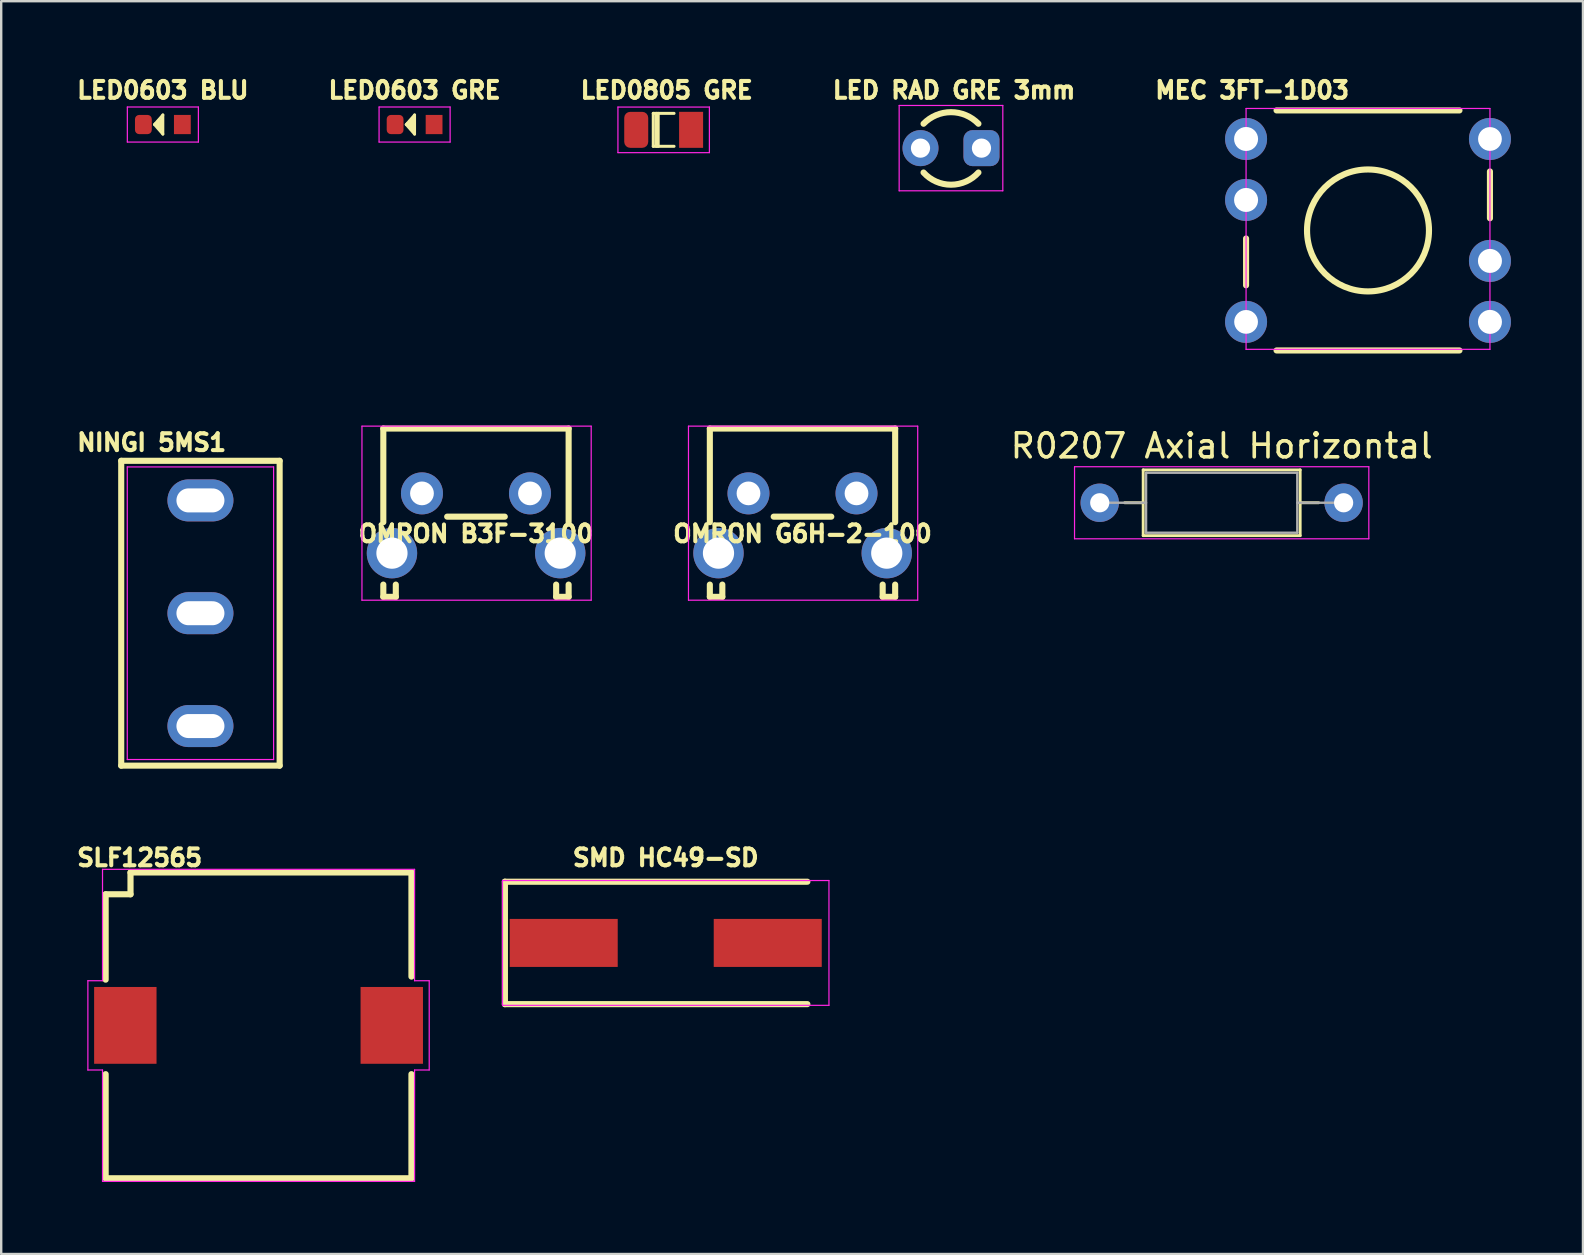
<source format=kicad_pcb>
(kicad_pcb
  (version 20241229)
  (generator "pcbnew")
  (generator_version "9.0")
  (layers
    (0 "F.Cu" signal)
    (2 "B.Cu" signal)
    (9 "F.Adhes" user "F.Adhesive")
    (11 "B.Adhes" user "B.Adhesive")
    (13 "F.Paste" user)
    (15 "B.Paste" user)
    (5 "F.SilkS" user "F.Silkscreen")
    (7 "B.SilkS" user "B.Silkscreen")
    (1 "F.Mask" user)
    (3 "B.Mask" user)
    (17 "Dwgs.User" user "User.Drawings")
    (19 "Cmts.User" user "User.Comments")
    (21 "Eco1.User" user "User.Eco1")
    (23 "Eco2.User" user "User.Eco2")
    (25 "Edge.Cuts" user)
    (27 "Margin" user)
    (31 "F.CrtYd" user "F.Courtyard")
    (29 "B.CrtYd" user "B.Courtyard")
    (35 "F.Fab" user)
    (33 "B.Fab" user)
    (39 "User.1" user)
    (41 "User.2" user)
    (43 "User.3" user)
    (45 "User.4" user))
  (footprint "OMRON B3F-3100"
    (layer "F.Cu")
    (at 16.779 17.504)
    (property "Reference" "OMRON B3F-3100" (at 0 1.68 0) (layer "F.SilkS") (effects (font (size 0.7 0.7) (thickness 0.17))))
    (attr through_hole)
    (fp_line (start -3.86 -2.7) (end -3.86 1.2) (stroke (width 0.254) (type solid)) (layer "F.SilkS"))
    (fp_line (start -3.86 -2.7) (end 3.86 -2.7) (stroke (width 0.254) (type solid)) (layer "F.SilkS"))
    (fp_line (start -3.86 3.8) (end -3.86 4.31) (stroke (width 0.254) (type solid)) (layer "F.SilkS"))
    (fp_line (start -3.86 4.31) (end -3.34 4.31) (stroke (width 0.254) (type solid)) (layer "F.SilkS"))
    (fp_line (start -3.34 3.8) (end -3.34 4.31) (stroke (width 0.254) (type solid)) (layer "F.SilkS"))
    (fp_line (start -1.2 0.97) (end 1.2 0.97) (stroke (width 0.254) (type solid)) (layer "F.SilkS"))
    (fp_line (start 3.34 3.8) (end 3.34 4.31) (stroke (width 0.254) (type solid)) (layer "F.SilkS"))
    (fp_line (start 3.34 4.31) (end 3.86 4.31) (stroke (width 0.254) (type solid)) (layer "F.SilkS"))
    (fp_line (start 3.86 -2.7) (end 3.86 1.2) (stroke (width 0.254) (type solid)) (layer "F.SilkS"))
    (fp_line (start 3.86 3.8) (end 3.86 4.31) (stroke (width 0.254) (type solid)) (layer "F.SilkS"))
    (fp_line (start -0.3 0) (end 0.3 0) (stroke (width 0.254) (type solid)) (layer "Eco1.User"))
    (fp_line (start 0 -0.3) (end 0 0.3) (stroke (width 0.254) (type solid)) (layer "Eco1.User"))
    (fp_line (start -4.75 -2.8) (end 4.8 -2.8) (stroke (width 0.05) (type solid)) (layer "F.CrtYd"))
    (fp_line (start -4.75 4.45) (end -4.75 -2.8) (stroke (width 0.05) (type solid)) (layer "F.CrtYd"))
    (fp_line (start 4.8 -2.8) (end 4.8 4.45) (stroke (width 0.05) (type solid)) (layer "F.CrtYd"))
    (fp_line (start 4.8 4.45) (end -4.75 4.45) (stroke (width 0.05) (type solid)) (layer "F.CrtYd"))
    (pad "" thru_hole circle (at -3.5 2.49) (size 2.1 2.1) (drill 1.3) (layers "*.Cu" "*.Mask"))
    (pad "" thru_hole circle (at 3.51 2.49) (size 2.1 2.1) (drill 1.3) (layers "*.Cu" "*.Mask"))
    (pad "1" thru_hole circle (at -2.25 0) (size 1.75 1.75) (drill 0.99) (layers "*.Cu" "*.Mask"))
    (pad "2" thru_hole circle (at 2.25 0) (size 1.75 1.75) (drill 0.99) (layers "*.Cu" "*.Mask")))
  (footprint "SMD HC49-SD"
    (layer "F.Cu")
    (at 24.684 36.232)
    (property "Reference" "SMD HC49-SD" (at 0 -3.55 0) (layer "F.SilkS") (effects (font (size 0.7 0.7) (thickness 0.17))))
    (attr smd)
    (fp_line (start -6.7 -2.55) (end -6.7 2.55) (stroke (width 0.256) (type solid)) (layer "F.SilkS"))
    (fp_line (start -6.7 2.55) (end 5.9 2.55) (stroke (width 0.256) (type solid)) (layer "F.SilkS"))
    (fp_line (start 5.9 -2.55) (end -6.7 -2.55) (stroke (width 0.256) (type solid)) (layer "F.SilkS"))
    (fp_line (start 0 -0.3) (end 0 0.3) (stroke (width 0.128) (type solid)) (layer "Eco1.User"))
    (fp_line (start 0.3 0) (end -0.3 0) (stroke (width 0.128) (type solid)) (layer "Eco1.User"))
    (fp_line (start -6.8 -2.6) (end -6.8 2.6) (stroke (width 0.05) (type solid)) (layer "F.CrtYd"))
    (fp_line (start -6.8 2.6) (end 6.8 2.6) (stroke (width 0.05) (type solid)) (layer "F.CrtYd"))
    (fp_line (start 6.8 -2.6) (end -6.8 -2.6) (stroke (width 0.05) (type solid)) (layer "F.CrtYd"))
    (fp_line (start 6.8 2.6) (end 6.8 -2.6) (stroke (width 0.05) (type solid)) (layer "F.CrtYd"))
    (pad "1" smd rect (at -4.25 0) (size 4.5 2) (layers "F.Cu" "F.Mask" "F.Paste"))
    (pad "2" smd rect (at 4.25 0) (size 4.5 2) (layers "F.Cu" "F.Mask" "F.Paste")))
  (footprint "MEC 3FT-1D03"
    (layer "F.Cu")
    (at 53.941 6.55)
    (property "Reference" "MEC 3FT-1D03" (at -4.826 -5.842 0) (layer "F.SilkS") (effects (font (size 0.7 0.7) (thickness 0.17))))
    (attr through_hole)
    (fp_line (start -5.08 0.336) (end -5.08 2.286) (stroke (width 0.254) (type solid)) (layer "F.SilkS"))
    (fp_line (start -3.81 -5) (end 3.81 -5) (stroke (width 0.254) (type solid)) (layer "F.SilkS"))
    (fp_line (start -3.81 5) (end 3.81 5) (stroke (width 0.254) (type solid)) (layer "F.SilkS"))
    (fp_line (start 5.08 -2.458) (end 5.08 -0.508) (stroke (width 0.254) (type solid)) (layer "F.SilkS"))
    (fp_circle (center 0 0) (end 2.54 0) (stroke (width 0.256) (type solid)) (fill no) (layer "F.SilkS"))
    (fp_line (start -0.3 0) (end 0.3 0) (stroke (width 0.254) (type solid)) (layer "Eco1.User"))
    (fp_line (start 0 -0.3) (end 0 0.3) (stroke (width 0.254) (type solid)) (layer "Eco1.User"))
    (fp_line (start -5.08 -5.08) (end 5.08 -5.08) (stroke (width 0.05) (type solid)) (layer "F.CrtYd"))
    (fp_line (start -5.08 4.953) (end -5.08 -5.08) (stroke (width 0.05) (type solid)) (layer "F.CrtYd"))
    (fp_line (start 5.08 -5.08) (end 5.08 4.953) (stroke (width 0.05) (type solid)) (layer "F.CrtYd"))
    (fp_line (start 5.08 4.953) (end -5.08 4.953) (stroke (width 0.05) (type solid)) (layer "F.CrtYd"))
    (pad "1" thru_hole circle (at -5.08 -3.81) (size 1.75 1.75) (drill 1) (layers "*.Cu" "*.Mask"))
    (pad "1" thru_hole circle (at 5.08 -3.81) (size 1.75 1.75) (drill 0.99) (layers "*.Cu" "*.Mask"))
    (pad "2" thru_hole circle (at -5.08 -1.27) (size 1.75 1.75) (drill 1) (layers "*.Cu" "*.Mask"))
    (pad "3" thru_hole circle (at 5.08 1.27) (size 1.75 1.75) (drill 1) (layers "*.Cu" "*.Mask"))
    (pad "4" thru_hole circle (at -5.08 3.81) (size 1.75 1.75) (drill 0.99) (layers "*.Cu" "*.Mask"))
    (pad "4" thru_hole circle (at 5.08 3.81) (size 1.75 1.75) (drill 1) (layers "*.Cu" "*.Mask")))
  (footprint "LED0805 GRE"
    (layer "F.Cu")
    (at 24.598 2.359)
    (property "Reference" "LED0805 GRE" (at 0.127 -1.651 0) (layer "F.SilkS") (effects (font (size 0.7 0.7) (thickness 0.17))))
    (attr smd)
    (fp_line (start -0.432 -0.686) (end 0.432 -0.686) (stroke (width 0.127) (type solid)) (layer "F.SilkS"))
    (fp_line (start -0.432 0.686) (end -0.432 -0.686) (stroke (width 0.127) (type solid)) (layer "F.SilkS"))
    (fp_line (start -0.432 0.686) (end 0.432 0.686) (stroke (width 0.127) (type solid)) (layer "F.SilkS"))
    (fp_line (start -0.305 0.686) (end -0.305 -0.686) (stroke (width 0.127) (type solid)) (layer "F.SilkS"))
    (fp_line (start -0.229 0.686) (end -0.229 -0.686) (stroke (width 0.127) (type solid)) (layer "F.SilkS"))
    (fp_line (start 0 -0.3) (end 0 0.3) (stroke (width 0.128) (type solid)) (layer "Eco1.User"))
    (fp_line (start 0.3 0) (end -0.3 0) (stroke (width 0.128) (type solid)) (layer "Eco1.User"))
    (fp_line (start -1.905 -0.95) (end 1.905 -0.95) (stroke (width 0.05) (type solid)) (layer "F.CrtYd"))
    (fp_line (start -1.905 0.95) (end -1.905 -0.95) (stroke (width 0.05) (type solid)) (layer "F.CrtYd"))
    (fp_line (start 1.905 -0.95) (end 1.905 0.95) (stroke (width 0.05) (type solid)) (layer "F.CrtYd"))
    (fp_line (start 1.905 0.95) (end -1.905 0.95) (stroke (width 0.05) (type solid)) (layer "F.CrtYd"))
    (pad "1" smd roundrect (at -1.143 0) (size 1 1.5) (layers "F.Cu" "F.Mask" "F.Paste") (roundrect_rratio 0.25))
    (pad "2" smd rect (at 1.143 0) (size 1 1.5) (layers "F.Cu" "F.Mask" "F.Paste")))
  (footprint "LED RAD GRE 3mm"
    (layer "F.Cu")
    (at 36.568 3.121)
    (property "Reference" "LED RAD GRE 3mm" (at 0.127 -2.413 0) (layer "F.SilkS") (effects (font (size 0.7 0.7) (thickness 0.17))))
    (attr smd)
    (fp_arc (start -1.143 -1.016) (mid 0 -1.498178) (end 1.143 -1.016) (stroke (width 0.254) (type solid)) (layer "F.SilkS"))
    (fp_arc (start 1.143 1.016) (mid 0 1.524245) (end -1.143 1.016) (stroke (width 0.254) (type solid)) (layer "F.SilkS"))
    (fp_line (start 0 -0.3) (end 0 0.3) (stroke (width 0.128) (type solid)) (layer "Eco1.User"))
    (fp_line (start 0.3 0) (end -0.3 0) (stroke (width 0.128) (type solid)) (layer "Eco1.User"))
    (fp_line (start -2.159 1.778) (end -2.159 -1.778) (stroke (width 0.05) (type solid)) (layer "F.CrtYd"))
    (fp_line (start 2.159 -1.778) (end -2.159 -1.778) (stroke (width 0.05) (type solid)) (layer "F.CrtYd"))
    (fp_line (start 2.159 1.778) (end -2.159 1.778) (stroke (width 0.05) (type solid)) (layer "F.CrtYd"))
    (fp_line (start 2.159 1.778) (end 2.159 -1.778) (stroke (width 0.05) (type solid)) (layer "F.CrtYd"))
    (pad "1" thru_hole circle (at -1.27 0) (size 1.5 1.5) (drill 0.8) (layers "*.Cu" "*.Mask"))
    (pad "2" thru_hole roundrect (at 1.27 0) (size 1.5 1.5) (drill 0.8) (layers "*.Cu" "*.Mask") (roundrect_rratio 0.25)))
  (footprint "OMRON G6H-2-100"
    (layer "F.Cu")
    (at 30.382 17.504)
    (property "Reference" "OMRON G6H-2-100" (at 0 1.68 0) (layer "F.SilkS") (effects (font (size 0.7 0.7) (thickness 0.17))))
    (attr through_hole)
    (fp_line (start -3.86 -2.7) (end -3.86 1.2) (stroke (width 0.254) (type solid)) (layer "F.SilkS"))
    (fp_line (start -3.86 -2.7) (end 3.86 -2.7) (stroke (width 0.254) (type solid)) (layer "F.SilkS"))
    (fp_line (start -3.86 3.8) (end -3.86 4.31) (stroke (width 0.254) (type solid)) (layer "F.SilkS"))
    (fp_line (start -3.86 4.31) (end -3.34 4.31) (stroke (width 0.254) (type solid)) (layer "F.SilkS"))
    (fp_line (start -3.34 3.8) (end -3.34 4.31) (stroke (width 0.254) (type solid)) (layer "F.SilkS"))
    (fp_line (start -1.2 0.97) (end 1.2 0.97) (stroke (width 0.254) (type solid)) (layer "F.SilkS"))
    (fp_line (start 3.34 3.8) (end 3.34 4.31) (stroke (width 0.254) (type solid)) (layer "F.SilkS"))
    (fp_line (start 3.34 4.31) (end 3.86 4.31) (stroke (width 0.254) (type solid)) (layer "F.SilkS"))
    (fp_line (start 3.86 -2.7) (end 3.86 1.2) (stroke (width 0.254) (type solid)) (layer "F.SilkS"))
    (fp_line (start 3.86 3.8) (end 3.86 4.31) (stroke (width 0.254) (type solid)) (layer "F.SilkS"))
    (fp_line (start -0.3 0) (end 0.3 0) (stroke (width 0.254) (type solid)) (layer "Eco1.User"))
    (fp_line (start 0 -0.3) (end 0 0.3) (stroke (width 0.254) (type solid)) (layer "Eco1.User"))
    (fp_line (start -4.75 -2.8) (end 4.8 -2.8) (stroke (width 0.05) (type solid)) (layer "F.CrtYd"))
    (fp_line (start -4.75 4.45) (end -4.75 -2.8) (stroke (width 0.05) (type solid)) (layer "F.CrtYd"))
    (fp_line (start 4.8 -2.8) (end 4.8 4.45) (stroke (width 0.05) (type solid)) (layer "F.CrtYd"))
    (fp_line (start 4.8 4.45) (end -4.75 4.45) (stroke (width 0.05) (type solid)) (layer "F.CrtYd"))
    (pad "" thru_hole circle (at -3.5 2.49) (size 2.1 2.1) (drill 1.3) (layers "*.Cu" "*.Mask"))
    (pad "" thru_hole circle (at 3.51 2.49) (size 2.1 2.1) (drill 1.3) (layers "*.Cu" "*.Mask"))
    (pad "1" thru_hole circle (at -2.25 0) (size 1.75 1.75) (drill 0.99) (layers "*.Cu" "*.Mask"))
    (pad "2" thru_hole circle (at 2.25 0) (size 1.75 1.75) (drill 0.99) (layers "*.Cu" "*.Mask")))
  (footprint "NINGI 5MS1"
    (layer "F.Cu")
    (at 5.3 22.497)
    (property "Reference" "NINGI 5MS1" (at -2.032 -7.112 0) (layer "F.SilkS") (effects (font (size 0.7 0.7) (thickness 0.17))))
    (attr through_hole)
    (fp_line (start -3.3 -6.35) (end -3.3 6.35) (stroke (width 0.254) (type solid)) (layer "F.SilkS"))
    (fp_line (start -3.3 -6.35) (end 3.3 -6.35) (stroke (width 0.254) (type solid)) (layer "F.SilkS"))
    (fp_line (start -3.3 6.35) (end 3.3 6.35) (stroke (width 0.254) (type solid)) (layer "F.SilkS"))
    (fp_line (start 3.3 -6.35) (end 3.3 6.35) (stroke (width 0.254) (type solid)) (layer "F.SilkS"))
    (fp_line (start -1.778 0) (end 1.778 0) (stroke (width 0.254) (type solid)) (layer "Eco1.User"))
    (fp_line (start 0 -1.27) (end 0 1.27) (stroke (width 0.254) (type solid)) (layer "Eco1.User"))
    (fp_line (start -3.048 -6.096) (end 3.048 -6.096) (stroke (width 0.05) (type solid)) (layer "F.CrtYd"))
    (fp_line (start -3.048 6.096) (end -3.048 -6.096) (stroke (width 0.05) (type solid)) (layer "F.CrtYd"))
    (fp_line (start 3.048 -6.096) (end 3.048 6.096) (stroke (width 0.05) (type solid)) (layer "F.CrtYd"))
    (fp_line (start 3.048 6.096) (end -3.048 6.096) (stroke (width 0.05) (type solid)) (layer "F.CrtYd"))
    (pad "1" thru_hole oval (at 0 -4.7) (size 2.75 1.75) (drill oval 2 1) (layers "*.Cu" "*.Mask"))
    (pad "2" thru_hole oval (at 0 0) (size 2.75 1.75) (drill oval 2 1) (layers "*.Cu" "*.Mask"))
    (pad "3" thru_hole oval (at 0 4.7) (size 2.75 1.75) (drill oval 2 1) (layers "*.Cu" "*.Mask")))
  (footprint "SLF12565"
    (layer "F.Cu")
    (at 7.721 39.667)
    (property "Reference" "SLF12565" (at -4.953 -6.985 0) (layer "F.SilkS") (effects (font (size 0.7 0.7) (thickness 0.17))))
    (attr smd)
    (fp_line (start -6.37 -5.461) (end -6.37 -1.905) (stroke (width 0.256) (type solid)) (layer "F.SilkS"))
    (fp_line (start -6.37 -5.461) (end -5.334 -5.461) (stroke (width 0.256) (type solid)) (layer "F.SilkS"))
    (fp_line (start -6.37 2.032) (end -6.37 6.37) (stroke (width 0.256) (type solid)) (layer "F.SilkS"))
    (fp_line (start -6.37 6.37) (end 6.37 6.37) (stroke (width 0.256) (type solid)) (layer "F.SilkS"))
    (fp_line (start -5.334 -6.37) (end -5.334 -5.461) (stroke (width 0.256) (type solid)) (layer "F.SilkS"))
    (fp_line (start -5.334 -6.37) (end 6.37 -6.37) (stroke (width 0.256) (type solid)) (layer "F.SilkS"))
    (fp_line (start -5.334 -5.715) (end -5.334 -5.588) (stroke (width 0.12) (type solid)) (layer "F.SilkS"))
    (fp_line (start 6.37 -6.37) (end 6.37 -2.032) (stroke (width 0.256) (type solid)) (layer "F.SilkS"))
    (fp_line (start 6.37 2.032) (end 6.37 6.37) (stroke (width 0.256) (type solid)) (layer "F.SilkS"))
    (fp_line (start 0 -0.3) (end 0 0.3) (stroke (width 0.128) (type solid)) (layer "Eco1.User"))
    (fp_line (start 0.3 0) (end -0.3 0) (stroke (width 0.128) (type solid)) (layer "Eco1.User"))
    (fp_line (start -7.11 -1.86) (end -7.11 1.86) (stroke (width 0.05) (type solid)) (layer "F.CrtYd"))
    (fp_line (start -7.11 1.86) (end -6.5 1.86) (stroke (width 0.05) (type solid)) (layer "F.CrtYd"))
    (fp_line (start -6.5 -6.5) (end -6.5 -1.86) (stroke (width 0.05) (type solid)) (layer "F.CrtYd"))
    (fp_line (start -6.5 -6.5) (end 6.5 -6.5) (stroke (width 0.05) (type solid)) (layer "F.CrtYd"))
    (fp_line (start -6.5 -1.86) (end -7.11 -1.86) (stroke (width 0.05) (type solid)) (layer "F.CrtYd"))
    (fp_line (start -6.5 1.86) (end -6.5 6.5) (stroke (width 0.05) (type solid)) (layer "F.CrtYd"))
    (fp_line (start -6.5 6.5) (end 6.5 6.5) (stroke (width 0.05) (type solid)) (layer "F.CrtYd"))
    (fp_line (start 6.5 -6.5) (end 6.5 -1.86) (stroke (width 0.05) (type solid)) (layer "F.CrtYd"))
    (fp_line (start 6.5 -1.86) (end 7.11 -1.86) (stroke (width 0.05) (type solid)) (layer "F.CrtYd"))
    (fp_line (start 6.5 1.86) (end 6.5 6.5) (stroke (width 0.05) (type solid)) (layer "F.CrtYd"))
    (fp_line (start 7.11 -1.86) (end 7.11 1.86) (stroke (width 0.05) (type solid)) (layer "F.CrtYd"))
    (fp_line (start 7.11 1.86) (end 6.5 1.86) (stroke (width 0.05) (type solid)) (layer "F.CrtYd"))
    (pad "1" smd rect (at -5.55 0) (size 2.6 3.2) (layers "F.Cu" "F.Mask" "F.Paste"))
    (pad "2" smd rect (at 5.55 0) (size 2.6 3.2) (layers "F.Cu" "F.Mask" "F.Paste")))
  (footprint "LED0603 BLU"
    (layer "F.Cu")
    (at 3.735 2.138)
    (property "Reference" "LED0603 BLU" (at 0 -1.43 0) (layer "F.SilkS") (effects (font (size 0.7 0.7) (thickness 0.17))))
    (attr smd)
    (fp_line (start -0.35 0) (end 0 -0.4) (stroke (width 0.12) (type solid)) (layer "F.SilkS"))
    (fp_line (start -0.3 -0.05) (end -0.25 0.05) (stroke (width 0.12) (type solid)) (layer "F.SilkS"))
    (fp_line (start -0.2 -0.15) (end -0.2 0.1) (stroke (width 0.12) (type solid)) (layer "F.SilkS"))
    (fp_line (start -0.1 -0.15) (end -0.1 0.2) (stroke (width 0.12) (type solid)) (layer "F.SilkS"))
    (fp_line (start -0.05 -0.25) (end -0.05 0.2) (stroke (width 0.12) (type solid)) (layer "F.SilkS"))
    (fp_line (start 0 -0.4) (end 0 0.4) (stroke (width 0.12) (type solid)) (layer "F.SilkS"))
    (fp_line (start 0 0.4) (end -0.35 0) (stroke (width 0.12) (type solid)) (layer "F.SilkS"))
    (fp_line (start 0 -0.3) (end 0 0.3) (stroke (width 0.128) (type solid)) (layer "Eco1.User"))
    (fp_line (start 0.3 0) (end -0.3 0) (stroke (width 0.128) (type solid)) (layer "Eco1.User"))
    (fp_line (start -1.48 -0.73) (end 1.48 -0.73) (stroke (width 0.05) (type solid)) (layer "F.CrtYd"))
    (fp_line (start -1.48 0.73) (end -1.48 -0.73) (stroke (width 0.05) (type solid)) (layer "F.CrtYd"))
    (fp_line (start 1.48 -0.73) (end 1.48 0.73) (stroke (width 0.05) (type solid)) (layer "F.CrtYd"))
    (fp_line (start 1.48 0.73) (end -1.48 0.73) (stroke (width 0.05) (type solid)) (layer "F.CrtYd"))
    (pad "1" smd roundrect (at -0.812 0) (size 0.7 0.8) (layers "F.Cu" "F.Mask" "F.Paste") (roundrect_rratio 0.25))
    (pad "2" smd rect (at 0.812 0) (size 0.7 0.8) (layers "F.Cu" "F.Mask" "F.Paste")))
  (footprint "R0207 Axial Horizontal"
    (layer "F.Cu")
    (at 42.765 17.895)
    (property "Reference" "R0207 Axial Horizontal" (at 5.08 -2.37 0) (layer "F.SilkS") (effects (font (size 1 1) (thickness 0.15))))
    (attr through_hole)
    (fp_line (start 1.04 0) (end 1.81 0) (stroke (width 0.12) (type solid)) (layer "F.SilkS"))
    (fp_line (start 1.81 -1.37) (end 1.81 1.37) (stroke (width 0.12) (type solid)) (layer "F.SilkS"))
    (fp_line (start 1.81 1.37) (end 8.35 1.37) (stroke (width 0.12) (type solid)) (layer "F.SilkS"))
    (fp_line (start 8.35 -1.37) (end 1.81 -1.37) (stroke (width 0.12) (type solid)) (layer "F.SilkS"))
    (fp_line (start 8.35 1.37) (end 8.35 -1.37) (stroke (width 0.12) (type solid)) (layer "F.SilkS"))
    (fp_line (start 9.12 0) (end 8.35 0) (stroke (width 0.12) (type solid)) (layer "F.SilkS"))
    (fp_line (start -1.05 -1.5) (end -1.05 1.5) (stroke (width 0.05) (type solid)) (layer "F.CrtYd"))
    (fp_line (start -1.05 1.5) (end 11.21 1.5) (stroke (width 0.05) (type solid)) (layer "F.CrtYd"))
    (fp_line (start 11.21 -1.5) (end -1.05 -1.5) (stroke (width 0.05) (type solid)) (layer "F.CrtYd"))
    (fp_line (start 11.21 1.5) (end 11.21 -1.5) (stroke (width 0.05) (type solid)) (layer "F.CrtYd"))
    (fp_line (start 0 0) (end 1.93 0) (stroke (width 0.1) (type solid)) (layer "F.Fab"))
    (fp_line (start 1.93 -1.25) (end 1.93 1.25) (stroke (width 0.1) (type solid)) (layer "F.Fab"))
    (fp_line (start 1.93 1.25) (end 8.23 1.25) (stroke (width 0.1) (type solid)) (layer "F.Fab"))
    (fp_line (start 8.23 -1.25) (end 1.93 -1.25) (stroke (width 0.1) (type solid)) (layer "F.Fab"))
    (fp_line (start 8.23 1.25) (end 8.23 -1.25) (stroke (width 0.1) (type solid)) (layer "F.Fab"))
    (fp_line (start 10.16 0) (end 8.23 0) (stroke (width 0.1) (type solid)) (layer "F.Fab"))
    (pad "1" thru_hole circle (at 0 0) (size 1.6 1.6) (drill 0.8) (layers "*.Cu" "*.Mask"))
    (pad "2" thru_hole oval (at 10.16 0) (size 1.6 1.6) (drill 0.8) (layers "*.Cu" "*.Mask")))
  (footprint "LED0603 GRE"
    (layer "F.Cu")
    (at 14.222 2.138)
    (property "Reference" "LED0603 GRE" (at 0 -1.43 0) (layer "F.SilkS") (effects (font (size 0.7 0.7) (thickness 0.17))))
    (attr smd)
    (fp_line (start -0.35 0) (end 0 -0.4) (stroke (width 0.12) (type solid)) (layer "F.SilkS"))
    (fp_line (start -0.3 -0.05) (end -0.25 0.05) (stroke (width 0.12) (type solid)) (layer "F.SilkS"))
    (fp_line (start -0.2 -0.15) (end -0.2 0.1) (stroke (width 0.12) (type solid)) (layer "F.SilkS"))
    (fp_line (start -0.1 -0.15) (end -0.1 0.2) (stroke (width 0.12) (type solid)) (layer "F.SilkS"))
    (fp_line (start -0.05 -0.25) (end -0.05 0.2) (stroke (width 0.12) (type solid)) (layer "F.SilkS"))
    (fp_line (start 0 -0.4) (end 0 0.4) (stroke (width 0.12) (type solid)) (layer "F.SilkS"))
    (fp_line (start 0 0.4) (end -0.35 0) (stroke (width 0.12) (type solid)) (layer "F.SilkS"))
    (fp_line (start 0 -0.3) (end 0 0.3) (stroke (width 0.128) (type solid)) (layer "Eco1.User"))
    (fp_line (start 0.3 0) (end -0.3 0) (stroke (width 0.128) (type solid)) (layer "Eco1.User"))
    (fp_line (start -1.48 -0.73) (end 1.48 -0.73) (stroke (width 0.05) (type solid)) (layer "F.CrtYd"))
    (fp_line (start -1.48 0.73) (end -1.48 -0.73) (stroke (width 0.05) (type solid)) (layer "F.CrtYd"))
    (fp_line (start 1.48 -0.73) (end 1.48 0.73) (stroke (width 0.05) (type solid)) (layer "F.CrtYd"))
    (fp_line (start 1.48 0.73) (end -1.48 0.73) (stroke (width 0.05) (type solid)) (layer "F.CrtYd"))
    (pad "1" smd roundrect (at -0.812 0) (size 0.7 0.8) (layers "F.Cu" "F.Mask" "F.Paste") (roundrect_rratio 0.25))
    (pad "2" smd rect (at 0.812 0) (size 0.7 0.8) (layers "F.Cu" "F.Mask" "F.Paste")))
  (gr_rect
    (start -3 -3)
    (end 62.896 49.192)
    (stroke (width 0.1) (type default))
    (fill no)
    (layer "Edge.Cuts")))
</source>
